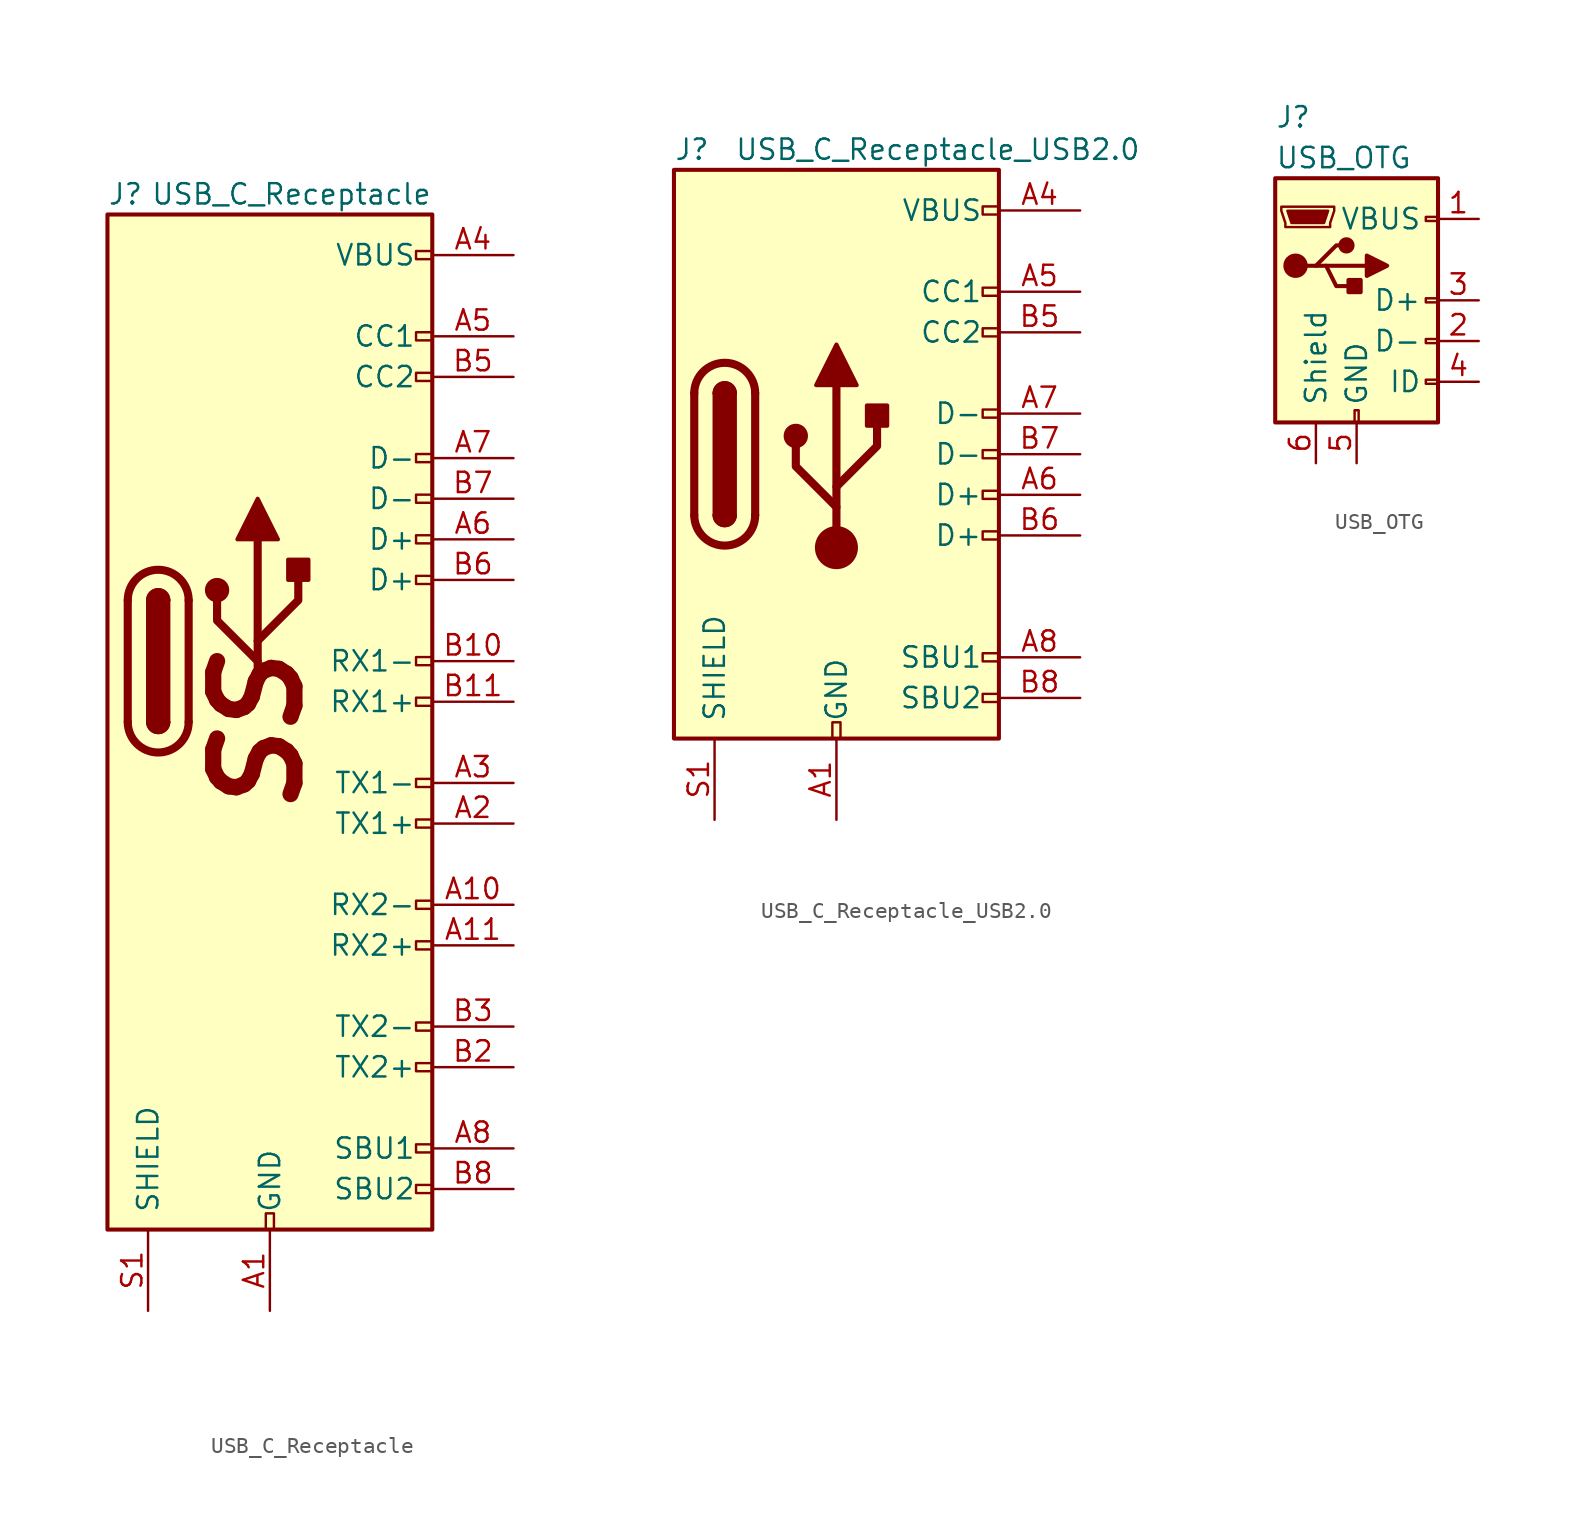
<source format=kicad_sym>
(kicad_symbol_lib
  (version 20211014)
  (generator kicad_symbol_editor)
  (symbol "USB_C_Receptacle"
    (pin_names
      (offset 1.016))
    (property "Reference" "J"
      (at -10.16 29.21 0)
      (effects (font (size 1.27 1.27)) (justify left)))
    (property "Value" "USB_C_Receptacle"
      (at 10.16 29.21 0)
      (effects (font (size 1.27 1.27)) (justify right)))
    (symbol "USB_C_Receptacle_0_0"
      (rectangle (start -0.254 -35.56) (end 0.254 -34.544) (stroke (width 0) (type default) (color 0 0 0 0)) (fill (type none)))
      (rectangle (start 10.16 -32.766) (end 9.144 -33.274) (stroke (width 0) (type default) (color 0 0 0 0)) (fill (type none)))
      (rectangle (start 10.16 -30.226) (end 9.144 -30.734) (stroke (width 0) (type default) (color 0 0 0 0)) (fill (type none)))
      (rectangle (start 10.16 -25.146) (end 9.144 -25.654) (stroke (width 0) (type default) (color 0 0 0 0)) (fill (type none)))
      (rectangle (start 10.16 -22.606) (end 9.144 -23.114) (stroke (width 0) (type default) (color 0 0 0 0)) (fill (type none)))
      (rectangle (start 10.16 -17.526) (end 9.144 -18.034) (stroke (width 0) (type default) (color 0 0 0 0)) (fill (type none)))
      (rectangle (start 10.16 -14.986) (end 9.144 -15.494) (stroke (width 0) (type default) (color 0 0 0 0)) (fill (type none)))
      (rectangle (start 10.16 -9.906) (end 9.144 -10.414) (stroke (width 0) (type default) (color 0 0 0 0)) (fill (type none)))
      (rectangle (start 10.16 -7.366) (end 9.144 -7.874) (stroke (width 0) (type default) (color 0 0 0 0)) (fill (type none)))
      (rectangle (start 10.16 -2.286) (end 9.144 -2.794) (stroke (width 0) (type default) (color 0 0 0 0)) (fill (type none)))
      (rectangle (start 10.16 0.254) (end 9.144 -0.254) (stroke (width 0) (type default) (color 0 0 0 0)) (fill (type none)))
      (rectangle (start 10.16 5.334) (end 9.144 4.826) (stroke (width 0) (type default) (color 0 0 0 0)) (fill (type none)))
      (rectangle (start 10.16 7.874) (end 9.144 7.366) (stroke (width 0) (type default) (color 0 0 0 0)) (fill (type none)))
      (rectangle (start 10.16 10.414) (end 9.144 9.906) (stroke (width 0) (type default) (color 0 0 0 0)) (fill (type none)))
      (rectangle (start 10.16 12.954) (end 9.144 12.446) (stroke (width 0) (type default) (color 0 0 0 0)) (fill (type none)))
      (rectangle (start 10.16 18.034) (end 9.144 17.526) (stroke (width 0) (type default) (color 0 0 0 0)) (fill (type none)))
      (rectangle (start 10.16 20.574) (end 9.144 20.066) (stroke (width 0) (type default) (color 0 0 0 0)) (fill (type none)))
      (rectangle (start 10.16 25.654) (end 9.144 25.146) (stroke (width 0) (type default) (color 0 0 0 0)) (fill (type none)))
      (text "SS" (at -0.762 -4.445 900) (effects (font (size 5.08 5.08) bold italic))))
    (symbol "USB_C_Receptacle_0_1"
      (rectangle (start -10.16 27.94) (end 10.16 -35.56) (stroke (width 0.254) (type default) (color 0 0 0 0)) (fill (type background)))
      (arc (start -8.89 -3.81) (mid -6.985 -5.715) (end -5.08 -3.81) (stroke (width 0.508) (type default) (color 0 0 0 0)) (fill (type none)))
      (arc (start -7.62 -3.81) (mid -6.985 -4.445) (end -6.35 -3.81) (stroke (width 0.254) (type default) (color 0 0 0 0)) (fill (type none)))
      (arc (start -7.62 -3.81) (mid -6.985 -4.445) (end -6.35 -3.81) (stroke (width 0.254) (type default) (color 0 0 0 0)) (fill (type outline)))
      (rectangle (start -7.62 -3.81) (end -6.35 3.81) (stroke (width 0.254) (type default) (color 0 0 0 0)) (fill (type outline)))
      (arc (start -6.35 3.81) (mid -6.985 4.445) (end -7.62 3.81) (stroke (width 0.254) (type default) (color 0 0 0 0)) (fill (type none)))
      (arc (start -6.35 3.81) (mid -6.985 4.445) (end -7.62 3.81) (stroke (width 0.254) (type default) (color 0 0 0 0)) (fill (type outline)))
      (arc (start -5.08 3.81) (mid -6.985 5.715) (end -8.89 3.81) (stroke (width 0.508) (type default) (color 0 0 0 0)) (fill (type none)))
      (circle (center -3.302 4.445) (radius 0.635) (stroke (width 0.254) (type default) (color 0 0 0 0)) (fill (type outline)))
      (polyline (pts (xy -8.89 -3.81) (xy -8.89 3.81)) (stroke (width 0.508) (type default) (color 0 0 0 0)) (fill (type none)))
      (polyline (pts (xy -5.08 3.81) (xy -5.08 -3.81)) (stroke (width 0.508) (type default) (color 0 0 0 0)) (fill (type none)))
      (polyline (pts (xy -0.762 -1.27) (xy -0.762 7.62)) (stroke (width 0.508) (type default) (color 0 0 0 0)) (fill (type none)))
      (polyline (pts (xy -0.762 0) (xy -3.302 2.54) (xy -3.302 3.81)) (stroke (width 0.508) (type default) (color 0 0 0 0)) (fill (type none)))
      (polyline (pts (xy -0.762 1.27) (xy 1.778 3.81) (xy 1.778 5.08)) (stroke (width 0.508) (type default) (color 0 0 0 0)) (fill (type none)))
      (polyline (pts (xy -2.032 7.62) (xy -0.762 10.16) (xy 0.508 7.62) (xy -2.032 7.62)) (stroke (width 0.254) (type default) (color 0 0 0 0)) (fill (type outline)))
      (rectangle (start 1.143 5.08) (end 2.413 6.35) (stroke (width 0.254) (type default) (color 0 0 0 0)) (fill (type outline))))
    (symbol "USB_C_Receptacle_1_1"
      (pin power_in line (at 0 -40.64 90) (length 5.08) (name "GND" (effects (font (size 1.27 1.27)))) (number "A1" (effects (font (size 1.27 1.27)))))
      (pin bidirectional line (at 15.24 -15.24 180) (length 5.08) (name "RX2-" (effects (font (size 1.27 1.27)))) (number "A10" (effects (font (size 1.27 1.27)))))
      (pin bidirectional line (at 15.24 -17.78 180) (length 5.08) (name "RX2+" (effects (font (size 1.27 1.27)))) (number "A11" (effects (font (size 1.27 1.27)))))
      (pin passive line (at 0 -40.64 90) (length 5.08) hide (name "GND" (effects (font (size 1.27 1.27)))) (number "A12" (effects (font (size 1.27 1.27)))))
      (pin bidirectional line (at 15.24 -10.16 180) (length 5.08) (name "TX1+" (effects (font (size 1.27 1.27)))) (number "A2" (effects (font (size 1.27 1.27)))))
      (pin bidirectional line (at 15.24 -7.62 180) (length 5.08) (name "TX1-" (effects (font (size 1.27 1.27)))) (number "A3" (effects (font (size 1.27 1.27)))))
      (pin power_in line (at 15.24 25.4 180) (length 5.08) (name "VBUS" (effects (font (size 1.27 1.27)))) (number "A4" (effects (font (size 1.27 1.27)))))
      (pin bidirectional line (at 15.24 20.32 180) (length 5.08) (name "CC1" (effects (font (size 1.27 1.27)))) (number "A5" (effects (font (size 1.27 1.27)))))
      (pin bidirectional line (at 15.24 7.62 180) (length 5.08) (name "D+" (effects (font (size 1.27 1.27)))) (number "A6" (effects (font (size 1.27 1.27)))))
      (pin bidirectional line (at 15.24 12.7 180) (length 5.08) (name "D-" (effects (font (size 1.27 1.27)))) (number "A7" (effects (font (size 1.27 1.27)))))
      (pin bidirectional line (at 15.24 -30.48 180) (length 5.08) (name "SBU1" (effects (font (size 1.27 1.27)))) (number "A8" (effects (font (size 1.27 1.27)))))
      (pin passive line (at 15.24 25.4 180) (length 5.08) hide (name "VBUS" (effects (font (size 1.27 1.27)))) (number "A9" (effects (font (size 1.27 1.27)))))
      (pin passive line (at 0 -40.64 90) (length 5.08) hide (name "GND" (effects (font (size 1.27 1.27)))) (number "B1" (effects (font (size 1.27 1.27)))))
      (pin bidirectional line (at 15.24 0 180) (length 5.08) (name "RX1-" (effects (font (size 1.27 1.27)))) (number "B10" (effects (font (size 1.27 1.27)))))
      (pin bidirectional line (at 15.24 -2.54 180) (length 5.08) (name "RX1+" (effects (font (size 1.27 1.27)))) (number "B11" (effects (font (size 1.27 1.27)))))
      (pin passive line (at 0 -40.64 90) (length 5.08) hide (name "GND" (effects (font (size 1.27 1.27)))) (number "B12" (effects (font (size 1.27 1.27)))))
      (pin bidirectional line (at 15.24 -25.4 180) (length 5.08) (name "TX2+" (effects (font (size 1.27 1.27)))) (number "B2" (effects (font (size 1.27 1.27)))))
      (pin bidirectional line (at 15.24 -22.86 180) (length 5.08) (name "TX2-" (effects (font (size 1.27 1.27)))) (number "B3" (effects (font (size 1.27 1.27)))))
      (pin passive line (at 15.24 25.4 180) (length 5.08) hide (name "VBUS" (effects (font (size 1.27 1.27)))) (number "B4" (effects (font (size 1.27 1.27)))))
      (pin bidirectional line (at 15.24 17.78 180) (length 5.08) (name "CC2" (effects (font (size 1.27 1.27)))) (number "B5" (effects (font (size 1.27 1.27)))))
      (pin bidirectional line (at 15.24 5.08 180) (length 5.08) (name "D+" (effects (font (size 1.27 1.27)))) (number "B6" (effects (font (size 1.27 1.27)))))
      (pin bidirectional line (at 15.24 10.16 180) (length 5.08) (name "D-" (effects (font (size 1.27 1.27)))) (number "B7" (effects (font (size 1.27 1.27)))))
      (pin bidirectional line (at 15.24 -33.02 180) (length 5.08) (name "SBU2" (effects (font (size 1.27 1.27)))) (number "B8" (effects (font (size 1.27 1.27)))))
      (pin passive line (at 15.24 25.4 180) (length 5.08) hide (name "VBUS" (effects (font (size 1.27 1.27)))) (number "B9" (effects (font (size 1.27 1.27)))))
      (pin passive line (at -7.62 -40.64 90) (length 5.08) (name "SHIELD" (effects (font (size 1.27 1.27)))) (number "S1" (effects (font (size 1.27 1.27)))))))
  (symbol "USB_C_Receptacle_USB2.0"
    (pin_names
      (offset 1.016))
    (property "Reference" "J"
      (at -10.16 19.05 0)
      (effects (font (size 1.27 1.27)) (justify left)))
    (property "Value" "USB_C_Receptacle_USB2.0"
      (at 19.05 19.05 0)
      (effects (font (size 1.27 1.27)) (justify right)))
    (symbol "USB_C_Receptacle_USB2.0_0_0"
      (rectangle (start -0.254 -17.78) (end 0.254 -16.764) (stroke (width 0) (type default) (color 0 0 0 0)) (fill (type none)))
      (rectangle (start 10.16 -14.986) (end 9.144 -15.494) (stroke (width 0) (type default) (color 0 0 0 0)) (fill (type none)))
      (rectangle (start 10.16 -12.446) (end 9.144 -12.954) (stroke (width 0) (type default) (color 0 0 0 0)) (fill (type none)))
      (rectangle (start 10.16 -4.826) (end 9.144 -5.334) (stroke (width 0) (type default) (color 0 0 0 0)) (fill (type none)))
      (rectangle (start 10.16 -2.286) (end 9.144 -2.794) (stroke (width 0) (type default) (color 0 0 0 0)) (fill (type none)))
      (rectangle (start 10.16 0.254) (end 9.144 -0.254) (stroke (width 0) (type default) (color 0 0 0 0)) (fill (type none)))
      (rectangle (start 10.16 2.794) (end 9.144 2.286) (stroke (width 0) (type default) (color 0 0 0 0)) (fill (type none)))
      (rectangle (start 10.16 7.874) (end 9.144 7.366) (stroke (width 0) (type default) (color 0 0 0 0)) (fill (type none)))
      (rectangle (start 10.16 10.414) (end 9.144 9.906) (stroke (width 0) (type default) (color 0 0 0 0)) (fill (type none)))
      (rectangle (start 10.16 15.494) (end 9.144 14.986) (stroke (width 0) (type default) (color 0 0 0 0)) (fill (type none))))
    (symbol "USB_C_Receptacle_USB2.0_0_1"
      (rectangle (start -10.16 17.78) (end 10.16 -17.78) (stroke (width 0.254) (type default) (color 0 0 0 0)) (fill (type background)))
      (arc (start -8.89 -3.81) (mid -6.985 -5.715) (end -5.08 -3.81) (stroke (width 0.508) (type default) (color 0 0 0 0)) (fill (type none)))
      (arc (start -7.62 -3.81) (mid -6.985 -4.445) (end -6.35 -3.81) (stroke (width 0.254) (type default) (color 0 0 0 0)) (fill (type none)))
      (arc (start -7.62 -3.81) (mid -6.985 -4.445) (end -6.35 -3.81) (stroke (width 0.254) (type default) (color 0 0 0 0)) (fill (type outline)))
      (rectangle (start -7.62 -3.81) (end -6.35 3.81) (stroke (width 0.254) (type default) (color 0 0 0 0)) (fill (type outline)))
      (arc (start -6.35 3.81) (mid -6.985 4.445) (end -7.62 3.81) (stroke (width 0.254) (type default) (color 0 0 0 0)) (fill (type none)))
      (arc (start -6.35 3.81) (mid -6.985 4.445) (end -7.62 3.81) (stroke (width 0.254) (type default) (color 0 0 0 0)) (fill (type outline)))
      (arc (start -5.08 3.81) (mid -6.985 5.715) (end -8.89 3.81) (stroke (width 0.508) (type default) (color 0 0 0 0)) (fill (type none)))
      (circle (center -2.54 1.143) (radius 0.635) (stroke (width 0.254) (type default) (color 0 0 0 0)) (fill (type outline)))
      (circle (center 0 -5.842) (radius 1.27) (stroke (width 0) (type default) (color 0 0 0 0)) (fill (type outline)))
      (polyline (pts (xy -8.89 -3.81) (xy -8.89 3.81)) (stroke (width 0.508) (type default) (color 0 0 0 0)) (fill (type none)))
      (polyline (pts (xy -5.08 3.81) (xy -5.08 -3.81)) (stroke (width 0.508) (type default) (color 0 0 0 0)) (fill (type none)))
      (polyline (pts (xy 0 -5.842) (xy 0 4.318)) (stroke (width 0.508) (type default) (color 0 0 0 0)) (fill (type none)))
      (polyline (pts (xy 0 -3.302) (xy -2.54 -0.762) (xy -2.54 0.508)) (stroke (width 0.508) (type default) (color 0 0 0 0)) (fill (type none)))
      (polyline (pts (xy 0 -2.032) (xy 2.54 0.508) (xy 2.54 1.778)) (stroke (width 0.508) (type default) (color 0 0 0 0)) (fill (type none)))
      (polyline (pts (xy -1.27 4.318) (xy 0 6.858) (xy 1.27 4.318) (xy -1.27 4.318)) (stroke (width 0.254) (type default) (color 0 0 0 0)) (fill (type outline)))
      (rectangle (start 1.905 1.778) (end 3.175 3.048) (stroke (width 0.254) (type default) (color 0 0 0 0)) (fill (type outline))))
    (symbol "USB_C_Receptacle_USB2.0_1_1"
      (pin power_in line (at 0 -22.86 90) (length 5.08) (name "GND" (effects (font (size 1.27 1.27)))) (number "A1" (effects (font (size 1.27 1.27)))))
      (pin passive line (at 0 -22.86 90) (length 5.08) hide (name "GND" (effects (font (size 1.27 1.27)))) (number "A12" (effects (font (size 1.27 1.27)))))
      (pin power_in line (at 15.24 15.24 180) (length 5.08) (name "VBUS" (effects (font (size 1.27 1.27)))) (number "A4" (effects (font (size 1.27 1.27)))))
      (pin bidirectional line (at 15.24 10.16 180) (length 5.08) (name "CC1" (effects (font (size 1.27 1.27)))) (number "A5" (effects (font (size 1.27 1.27)))))
      (pin bidirectional line (at 15.24 -2.54 180) (length 5.08) (name "D+" (effects (font (size 1.27 1.27)))) (number "A6" (effects (font (size 1.27 1.27)))))
      (pin bidirectional line (at 15.24 2.54 180) (length 5.08) (name "D-" (effects (font (size 1.27 1.27)))) (number "A7" (effects (font (size 1.27 1.27)))))
      (pin bidirectional line (at 15.24 -12.7 180) (length 5.08) (name "SBU1" (effects (font (size 1.27 1.27)))) (number "A8" (effects (font (size 1.27 1.27)))))
      (pin passive line (at 15.24 15.24 180) (length 5.08) hide (name "VBUS" (effects (font (size 1.27 1.27)))) (number "A9" (effects (font (size 1.27 1.27)))))
      (pin passive line (at 0 -22.86 90) (length 5.08) hide (name "GND" (effects (font (size 1.27 1.27)))) (number "B1" (effects (font (size 1.27 1.27)))))
      (pin passive line (at 0 -22.86 90) (length 5.08) hide (name "GND" (effects (font (size 1.27 1.27)))) (number "B12" (effects (font (size 1.27 1.27)))))
      (pin passive line (at 15.24 15.24 180) (length 5.08) hide (name "VBUS" (effects (font (size 1.27 1.27)))) (number "B4" (effects (font (size 1.27 1.27)))))
      (pin bidirectional line (at 15.24 7.62 180) (length 5.08) (name "CC2" (effects (font (size 1.27 1.27)))) (number "B5" (effects (font (size 1.27 1.27)))))
      (pin bidirectional line (at 15.24 -5.08 180) (length 5.08) (name "D+" (effects (font (size 1.27 1.27)))) (number "B6" (effects (font (size 1.27 1.27)))))
      (pin bidirectional line (at 15.24 0 180) (length 5.08) (name "D-" (effects (font (size 1.27 1.27)))) (number "B7" (effects (font (size 1.27 1.27)))))
      (pin bidirectional line (at 15.24 -15.24 180) (length 5.08) (name "SBU2" (effects (font (size 1.27 1.27)))) (number "B8" (effects (font (size 1.27 1.27)))))
      (pin passive line (at 15.24 15.24 180) (length 5.08) hide (name "VBUS" (effects (font (size 1.27 1.27)))) (number "B9" (effects (font (size 1.27 1.27)))))
      (pin passive line (at -7.62 -22.86 90) (length 5.08) (name "SHIELD" (effects (font (size 1.27 1.27)))) (number "S1" (effects (font (size 1.27 1.27)))))))
  (symbol "USB_OTG"
    (pin_names
      (offset 1.016))
    (property "Reference" "J"
      (at -5.08 11.43 0)
      (effects (font (size 1.27 1.27)) (justify left)))
    (property "Value" "USB_OTG"
      (at -5.08 8.89 0)
      (effects (font (size 1.27 1.27)) (justify left)))
    (symbol "USB_OTG_0_1"
      (rectangle (start -5.08 -7.62) (end 5.08 7.62) (stroke (width 0.254) (type default) (color 0 0 0 0)) (fill (type background)))
      (circle (center -3.81 2.159) (radius 0.635) (stroke (width 0.254) (type default) (color 0 0 0 0)) (fill (type outline)))
      (circle (center -0.635 3.429) (radius 0.381) (stroke (width 0.254) (type default) (color 0 0 0 0)) (fill (type outline)))
      (rectangle (start -0.127 -7.62) (end 0.127 -6.858) (stroke (width 0) (type default) (color 0 0 0 0)) (fill (type none)))
      (polyline (pts (xy -1.905 2.159) (xy 0.635 2.159)) (stroke (width 0.254) (type default) (color 0 0 0 0)) (fill (type none)))
      (polyline (pts (xy -3.175 2.159) (xy -2.54 2.159) (xy -1.27 3.429) (xy -0.635 3.429)) (stroke (width 0.254) (type default) (color 0 0 0 0)) (fill (type none)))
      (polyline (pts (xy -2.54 2.159) (xy -1.905 2.159) (xy -1.27 0.889) (xy 0 0.889)) (stroke (width 0.254) (type default) (color 0 0 0 0)) (fill (type none)))
      (polyline (pts (xy 0.635 2.794) (xy 0.635 1.524) (xy 1.905 2.159) (xy 0.635 2.794)) (stroke (width 0.254) (type default) (color 0 0 0 0)) (fill (type outline)))
      (polyline (pts (xy -4.318 5.588) (xy -1.778 5.588) (xy -2.032 4.826) (xy -4.064 4.826) (xy -4.318 5.588)) (stroke (width 0) (type default) (color 0 0 0 0)) (fill (type outline)))
      (polyline (pts (xy -4.699 5.842) (xy -4.699 5.588) (xy -4.445 4.826) (xy -4.445 4.572) (xy -1.651 4.572) (xy -1.651 4.826) (xy -1.397 5.588) (xy -1.397 5.842) (xy -4.699 5.842)) (stroke (width 0) (type default) (color 0 0 0 0)) (fill (type none)))
      (rectangle (start 0.254 1.27) (end -0.508 0.508) (stroke (width 0.254) (type default) (color 0 0 0 0)) (fill (type outline)))
      (rectangle (start 5.08 -5.207) (end 4.318 -4.953) (stroke (width 0) (type default) (color 0 0 0 0)) (fill (type none)))
      (rectangle (start 5.08 -2.667) (end 4.318 -2.413) (stroke (width 0) (type default) (color 0 0 0 0)) (fill (type none)))
      (rectangle (start 5.08 -0.127) (end 4.318 0.127) (stroke (width 0) (type default) (color 0 0 0 0)) (fill (type none)))
      (rectangle (start 5.08 4.953) (end 4.318 5.207) (stroke (width 0) (type default) (color 0 0 0 0)) (fill (type none))))
    (symbol "USB_OTG_1_1"
      (pin power_in line (at 7.62 5.08 180) (length 2.54) (name "VBUS" (effects (font (size 1.27 1.27)))) (number "1" (effects (font (size 1.27 1.27)))))
      (pin passive line (at 7.62 -2.54 180) (length 2.54) (name "D-" (effects (font (size 1.27 1.27)))) (number "2" (effects (font (size 1.27 1.27)))))
      (pin passive line (at 7.62 0 180) (length 2.54) (name "D+" (effects (font (size 1.27 1.27)))) (number "3" (effects (font (size 1.27 1.27)))))
      (pin passive line (at 7.62 -5.08 180) (length 2.54) (name "ID" (effects (font (size 1.27 1.27)))) (number "4" (effects (font (size 1.27 1.27)))))
      (pin power_in line (at 0 -10.16 90) (length 2.54) (name "GND" (effects (font (size 1.27 1.27)))) (number "5" (effects (font (size 1.27 1.27)))))
      (pin passive line (at -2.54 -10.16 90) (length 2.54) (name "Shield" (effects (font (size 1.27 1.27)))) (number "6" (effects (font (size 1.27 1.27))))))))
</source>
